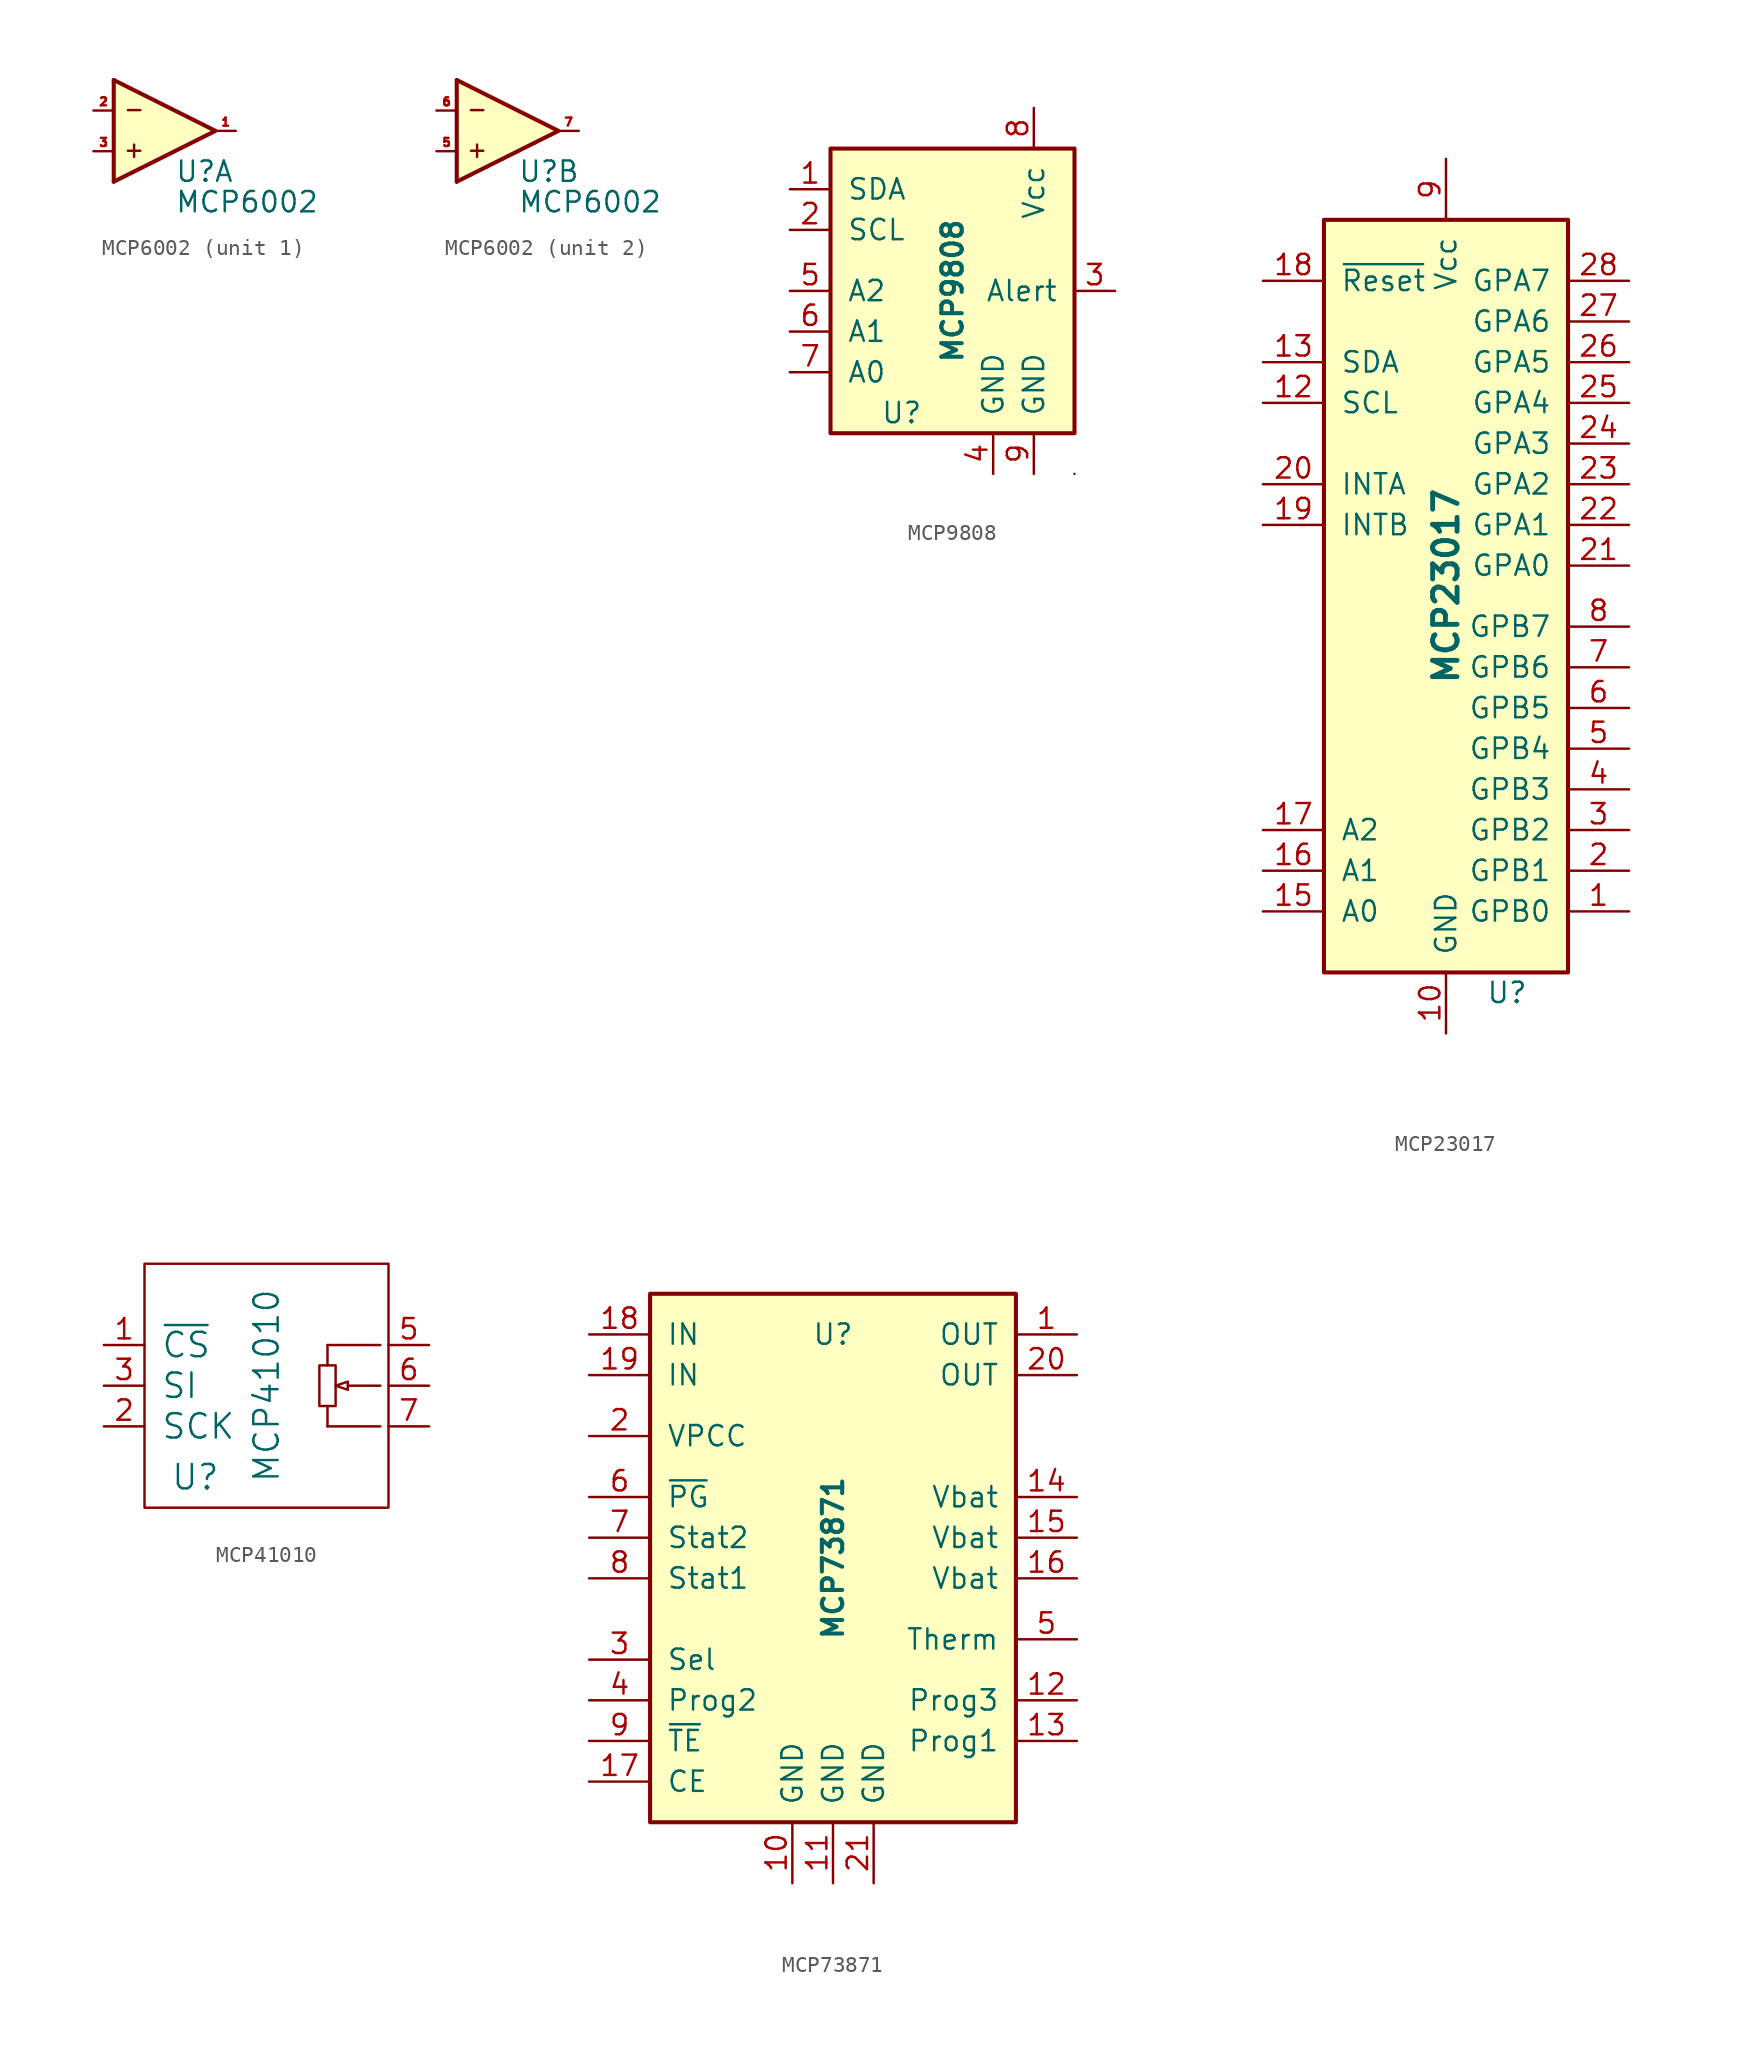
<source format=kicad_sym>
(kicad_symbol_lib
  (version 20231120)
  (generator "kicad_symbol_editor")
  (generator_version "8.0")
  (symbol "MCP6002"
    (pin_names
      (offset 1.016))
    (property "Reference" "U"
      (at 1.27 -2.54 0)
      (effects (font (size 1.27 1.27)) (justify left)))
    (property "Value" "MCP6002"
      (at 1.27 -4.445 0)
      (effects (font (size 1.27 1.27)) (justify left)))
    (property "Footprint" ""
      (at 3.81 0 0)
      (effects (font (size 1.524 1.524))))
    (property "Datasheet" ""
      (at 3.81 0 0)
      (effects (font (size 1.524 1.524))))
    (symbol "MCP6002_0_0"
      (text "+" (at -1.27 -1.168 0) (effects (font (size 1.016 1.016))))
      (text "-" (at -1.27 1.372 0) (effects (font (size 1.016 1.016))))
      (pin power_in line (at 0 -1.905 90) (length 0) hide (name "V-" (effects (font (size 0.254 0.254)))) (number "4" (effects (font (size 0.254 0.254)))))
      (pin power_in line (at 0 1.905 270) (length 0) hide (name "V+" (effects (font (size 0.254 0.254)))) (number "8" (effects (font (size 0.254 0.254))))))
    (symbol "MCP6002_0_1"
      (polyline (pts (xy -2.54 3.175) (xy -2.54 -3.175)) (stroke (width 0.254) (type default)) (fill (type none)))
      (polyline (pts (xy -2.54 3.175) (xy 3.81 0) (xy -2.54 -3.175)) (stroke (width 0.254) (type default)) (fill (type background))))
    (symbol "MCP6002_1_1"
      (pin passive line (at 5.08 0 180) (length 1.27) (name "~" (effects (font (size 1.016 1.016)))) (number "1" (effects (font (size 0.508 0.508)))))
      (pin passive line (at -3.81 1.27 0) (length 1.27) (name "~" (effects (font (size 1.905 1.905)))) (number "2" (effects (font (size 0.508 0.508)))))
      (pin passive line (at -3.81 -1.27 0) (length 1.27) (name "~" (effects (font (size 1.905 1.905)))) (number "3" (effects (font (size 0.508 0.508))))))
    (symbol "MCP6002_2_1"
      (pin passive line (at -3.81 -1.27 0) (length 1.27) (name "~" (effects (font (size 1.905 1.905)))) (number "5" (effects (font (size 0.508 0.508)))))
      (pin passive line (at -3.81 1.27 0) (length 1.27) (name "~" (effects (font (size 1.905 1.905)))) (number "6" (effects (font (size 0.508 0.508)))))
      (pin passive line (at 5.08 0 180) (length 1.27) (name "~" (effects (font (size 1.016 1.016)))) (number "7" (effects (font (size 0.508 0.508)))))))
  (symbol "MCP9808"
    (pin_names
      (offset 1.016))
    (property "Reference" "U"
      (at -3.175 -7.62 0)
      (effects (font (size 1.27 1.27))))
    (property "Value" "MCP9808"
      (at 0 0 90)
      (effects (font (size 1.27 1.27) (bold yes))))
    (symbol "MCP9808_0_1"
      (rectangle (start -7.62 8.89) (end 7.62 -8.89) (stroke (width 0.254) (type default)) (fill (type background)))
      (rectangle (start 7.62 -11.43) (end 7.62 -11.43) (stroke (width 0) (type default)) (fill (type none))))
    (symbol "MCP9808_1_1"
      (pin bidirectional line (at -10.16 6.35 0) (length 2.54) (name "SDA" (effects (font (size 1.27 1.27)))) (number "1" (effects (font (size 1.27 1.27)))))
      (pin input line (at -10.16 3.81 0) (length 2.54) (name "SCL" (effects (font (size 1.27 1.27)))) (number "2" (effects (font (size 1.27 1.27)))))
      (pin output line (at 10.16 0 180) (length 2.54) (name "Alert" (effects (font (size 1.27 1.27)))) (number "3" (effects (font (size 1.27 1.27)))))
      (pin power_in line (at 2.54 -11.43 90) (length 2.54) (name "GND" (effects (font (size 1.27 1.27)))) (number "4" (effects (font (size 1.27 1.27)))))
      (pin input line (at -10.16 0 0) (length 2.54) (name "A2" (effects (font (size 1.27 1.27)))) (number "5" (effects (font (size 1.27 1.27)))))
      (pin input line (at -10.16 -2.54 0) (length 2.54) (name "A1" (effects (font (size 1.27 1.27)))) (number "6" (effects (font (size 1.27 1.27)))))
      (pin input line (at -10.16 -5.08 0) (length 2.54) (name "A0" (effects (font (size 1.27 1.27)))) (number "7" (effects (font (size 1.27 1.27)))))
      (pin power_in line (at 5.08 11.43 270) (length 2.54) (name "Vcc" (effects (font (size 1.27 1.27)))) (number "8" (effects (font (size 1.27 1.27)))))
      (pin power_in line (at 5.08 -11.43 90) (length 2.54) (name "GND" (effects (font (size 1.27 1.27)))) (number "9" (effects (font (size 1.27 1.27)))))))
  (symbol "MCP23017"
    (pin_names
      (offset 1.016))
    (property "Reference" "U"
      (at 3.81 -25.4 0)
      (effects (font (size 1.27 1.27))))
    (property "Value" "MCP23017"
      (at 0 0 90)
      (effects (font (size 1.524 1.524) (bold yes))))
    (symbol "MCP23017_0_1"
      (rectangle (start -7.62 22.86) (end 7.62 -24.13) (stroke (width 0.254) (type default)) (fill (type background))))
    (symbol "MCP23017_1_1"
      (pin passive line (at 11.43 -20.32 180) (length 3.81) (name "GPB0" (effects (font (size 1.27 1.27)))) (number "1" (effects (font (size 1.27 1.27)))))
      (pin passive line (at 0 -27.94 90) (length 3.81) (name "GND" (effects (font (size 1.27 1.27)))) (number "10" (effects (font (size 1.27 1.27)))))
      (pin passive line (at -11.43 11.43 0) (length 3.81) (name "SCL" (effects (font (size 1.27 1.27)))) (number "12" (effects (font (size 1.27 1.27)))))
      (pin passive line (at -11.43 13.97 0) (length 3.81) (name "SDA" (effects (font (size 1.27 1.27)))) (number "13" (effects (font (size 1.27 1.27)))))
      (pin passive line (at -11.43 -20.32 0) (length 3.81) (name "A0" (effects (font (size 1.27 1.27)))) (number "15" (effects (font (size 1.27 1.27)))))
      (pin passive line (at -11.43 -17.78 0) (length 3.81) (name "A1" (effects (font (size 1.27 1.27)))) (number "16" (effects (font (size 1.27 1.27)))))
      (pin passive line (at -11.43 -15.24 0) (length 3.81) (name "A2" (effects (font (size 1.27 1.27)))) (number "17" (effects (font (size 1.27 1.27)))))
      (pin passive line (at -11.43 19.05 0) (length 3.81) (name "~{Reset}" (effects (font (size 1.27 1.27)))) (number "18" (effects (font (size 1.27 1.27)))))
      (pin passive line (at -11.43 3.81 0) (length 3.81) (name "INTB" (effects (font (size 1.27 1.27)))) (number "19" (effects (font (size 1.27 1.27)))))
      (pin passive line (at 11.43 -17.78 180) (length 3.81) (name "GPB1" (effects (font (size 1.27 1.27)))) (number "2" (effects (font (size 1.27 1.27)))))
      (pin passive line (at -11.43 6.35 0) (length 3.81) (name "INTA" (effects (font (size 1.27 1.27)))) (number "20" (effects (font (size 1.27 1.27)))))
      (pin passive line (at 11.43 1.27 180) (length 3.81) (name "GPA0" (effects (font (size 1.27 1.27)))) (number "21" (effects (font (size 1.27 1.27)))))
      (pin passive line (at 11.43 3.81 180) (length 3.81) (name "GPA1" (effects (font (size 1.27 1.27)))) (number "22" (effects (font (size 1.27 1.27)))))
      (pin passive line (at 11.43 6.35 180) (length 3.81) (name "GPA2" (effects (font (size 1.27 1.27)))) (number "23" (effects (font (size 1.27 1.27)))))
      (pin passive line (at 11.43 8.89 180) (length 3.81) (name "GPA3" (effects (font (size 1.27 1.27)))) (number "24" (effects (font (size 1.27 1.27)))))
      (pin passive line (at 11.43 11.43 180) (length 3.81) (name "GPA4" (effects (font (size 1.27 1.27)))) (number "25" (effects (font (size 1.27 1.27)))))
      (pin passive line (at 11.43 13.97 180) (length 3.81) (name "GPA5" (effects (font (size 1.27 1.27)))) (number "26" (effects (font (size 1.27 1.27)))))
      (pin passive line (at 11.43 16.51 180) (length 3.81) (name "GPA6" (effects (font (size 1.27 1.27)))) (number "27" (effects (font (size 1.27 1.27)))))
      (pin passive line (at 11.43 19.05 180) (length 3.81) (name "GPA7" (effects (font (size 1.27 1.27)))) (number "28" (effects (font (size 1.27 1.27)))))
      (pin passive line (at 11.43 -15.24 180) (length 3.81) (name "GPB2" (effects (font (size 1.27 1.27)))) (number "3" (effects (font (size 1.27 1.27)))))
      (pin passive line (at 11.43 -12.7 180) (length 3.81) (name "GPB3" (effects (font (size 1.27 1.27)))) (number "4" (effects (font (size 1.27 1.27)))))
      (pin passive line (at 11.43 -10.16 180) (length 3.81) (name "GPB4" (effects (font (size 1.27 1.27)))) (number "5" (effects (font (size 1.27 1.27)))))
      (pin passive line (at 11.43 -7.62 180) (length 3.81) (name "GPB5" (effects (font (size 1.27 1.27)))) (number "6" (effects (font (size 1.27 1.27)))))
      (pin passive line (at 11.43 -5.08 180) (length 3.81) (name "GPB6" (effects (font (size 1.27 1.27)))) (number "7" (effects (font (size 1.27 1.27)))))
      (pin passive line (at 11.43 -2.54 180) (length 3.81) (name "GPB7" (effects (font (size 1.27 1.27)))) (number "8" (effects (font (size 1.27 1.27)))))
      (pin passive line (at 0 26.67 270) (length 3.81) (name "Vcc" (effects (font (size 1.27 1.27)))) (number "9" (effects (font (size 1.27 1.27)))))))
  (symbol "MCP41010"
    (pin_names
      (offset 1.016))
    (property "Reference" "U"
      (at -4.445 -5.715 0)
      (effects (font (size 1.524 1.524))))
    (property "Value" "MCP41010"
      (at 0 0 90)
      (effects (font (size 1.524 1.524))))
    (property "Footprint" ""
      (at 0 0 0)
      (effects (font (size 1.524 1.524))))
    (property "Datasheet" ""
      (at 0 0 0)
      (effects (font (size 1.524 1.524))))
    (symbol "MCP41010_0_1"
      (polyline (pts (xy 3.81 -1.27) (xy 3.81 -2.54)) (stroke (width 0) (type default)) (fill (type none)))
      (polyline (pts (xy 3.81 1.27) (xy 3.81 2.54)) (stroke (width 0) (type default)) (fill (type none)))
      (polyline (pts (xy 7.112 -2.54) (xy 3.81 -2.54)) (stroke (width 0) (type default)) (fill (type none)))
      (polyline (pts (xy 7.112 0) (xy 5.08 0)) (stroke (width 0) (type default)) (fill (type none)))
      (polyline (pts (xy 7.112 2.54) (xy 3.81 2.54)) (stroke (width 0) (type default)) (fill (type none)))
      (polyline (pts (xy 4.318 0) (xy 5.08 0.254) (xy 5.08 -0.254) (xy 4.318 0)) (stroke (width 0) (type default)) (fill (type none)))
      (polyline (pts (xy 3.302 1.27) (xy 4.318 1.27) (xy 4.318 -1.27) (xy 3.302 -1.27) (xy 3.302 1.27)) (stroke (width 0) (type default)) (fill (type none)))
      (rectangle (start 7.62 -7.62) (end -7.62 7.62) (stroke (width 0) (type default)) (fill (type none))))
    (symbol "MCP41010_1_1"
      (pin passive line (at -10.16 2.54 0) (length 2.54) (name "~{CS}" (effects (font (size 1.524 1.524)))) (number "1" (effects (font (size 1.27 1.27)))))
      (pin passive line (at -10.16 -2.54 0) (length 2.54) (name "SCK" (effects (font (size 1.524 1.524)))) (number "2" (effects (font (size 1.27 1.27)))))
      (pin passive line (at -10.16 0 0) (length 2.54) (name "SI" (effects (font (size 1.524 1.524)))) (number "3" (effects (font (size 1.27 1.27)))))
      (pin power_in line (at 0 -7.62 90) (length 0) hide (name "GND" (effects (font (size 1.016 1.016)))) (number "4" (effects (font (size 1.27 1.27)))))
      (pin passive line (at 10.16 2.54 180) (length 2.54) (name "~" (effects (font (size 1.524 1.524)))) (number "5" (effects (font (size 1.27 1.27)))))
      (pin passive line (at 10.16 0 180) (length 2.54) (name "~" (effects (font (size 1.524 1.524)))) (number "6" (effects (font (size 1.27 1.27)))))
      (pin passive line (at 10.16 -2.54 180) (length 2.54) (name "~" (effects (font (size 1.524 1.524)))) (number "7" (effects (font (size 1.27 1.27)))))
      (pin power_in line (at 0 7.62 270) (length 0) hide (name "Vcc" (effects (font (size 1.016 1.016)))) (number "8" (effects (font (size 1.27 1.27)))))))
  (symbol "MCP73871"
    (pin_names
      (offset 1.016))
    (property "Reference" "U"
      (at 0 13.97 0)
      (effects (font (size 1.27 1.27))))
    (property "Value" "MCP73871"
      (at 0 0 90)
      (effects (font (size 1.27 1.27) (bold yes))))
    (symbol "MCP73871_0_1"
      (rectangle (start -11.43 -16.51) (end 11.43 16.51) (stroke (width 0.254) (type default)) (fill (type background))))
    (symbol "MCP73871_1_1"
      (pin passive line (at 15.24 13.97 180) (length 3.81) (name "OUT" (effects (font (size 1.27 1.27)))) (number "1" (effects (font (size 1.27 1.27)))))
      (pin passive line (at -2.54 -20.32 90) (length 3.81) (name "GND" (effects (font (size 1.27 1.27)))) (number "10" (effects (font (size 1.27 1.27)))))
      (pin passive line (at 0 -20.32 90) (length 3.81) (name "GND" (effects (font (size 1.27 1.27)))) (number "11" (effects (font (size 1.27 1.27)))))
      (pin passive line (at 15.24 -8.89 180) (length 3.81) (name "Prog3" (effects (font (size 1.27 1.27)))) (number "12" (effects (font (size 1.27 1.27)))))
      (pin passive line (at 15.24 -11.43 180) (length 3.81) (name "Prog1" (effects (font (size 1.27 1.27)))) (number "13" (effects (font (size 1.27 1.27)))))
      (pin passive line (at 15.24 3.81 180) (length 3.81) (name "Vbat" (effects (font (size 1.27 1.27)))) (number "14" (effects (font (size 1.27 1.27)))))
      (pin passive line (at 15.24 1.27 180) (length 3.81) (name "Vbat" (effects (font (size 1.27 1.27)))) (number "15" (effects (font (size 1.27 1.27)))))
      (pin passive line (at 15.24 -1.27 180) (length 3.81) (name "Vbat" (effects (font (size 1.27 1.27)))) (number "16" (effects (font (size 1.27 1.27)))))
      (pin passive line (at -15.24 -13.97 0) (length 3.81) (name "CE" (effects (font (size 1.27 1.27)))) (number "17" (effects (font (size 1.27 1.27)))))
      (pin passive line (at -15.24 13.97 0) (length 3.81) (name "IN" (effects (font (size 1.27 1.27)))) (number "18" (effects (font (size 1.27 1.27)))))
      (pin passive line (at -15.24 11.43 0) (length 3.81) (name "IN" (effects (font (size 1.27 1.27)))) (number "19" (effects (font (size 1.27 1.27)))))
      (pin passive line (at -15.24 7.62 0) (length 3.81) (name "VPCC" (effects (font (size 1.27 1.27)))) (number "2" (effects (font (size 1.27 1.27)))))
      (pin passive line (at 15.24 11.43 180) (length 3.81) (name "OUT" (effects (font (size 1.27 1.27)))) (number "20" (effects (font (size 1.27 1.27)))))
      (pin passive line (at 2.54 -20.32 90) (length 3.81) (name "GND" (effects (font (size 1.27 1.27)))) (number "21" (effects (font (size 1.27 1.27)))))
      (pin passive line (at -15.24 -6.35 0) (length 3.81) (name "Sel" (effects (font (size 1.27 1.27)))) (number "3" (effects (font (size 1.27 1.27)))))
      (pin passive line (at -15.24 -8.89 0) (length 3.81) (name "Prog2" (effects (font (size 1.27 1.27)))) (number "4" (effects (font (size 1.27 1.27)))))
      (pin passive line (at 15.24 -5.08 180) (length 3.81) (name "Therm" (effects (font (size 1.27 1.27)))) (number "5" (effects (font (size 1.27 1.27)))))
      (pin passive line (at -15.24 3.81 0) (length 3.81) (name "~{PG}" (effects (font (size 1.27 1.27)))) (number "6" (effects (font (size 1.27 1.27)))))
      (pin passive line (at -15.24 1.27 0) (length 3.81) (name "Stat2" (effects (font (size 1.27 1.27)))) (number "7" (effects (font (size 1.27 1.27)))))
      (pin passive line (at -15.24 -1.27 0) (length 3.81) (name "Stat1" (effects (font (size 1.27 1.27)))) (number "8" (effects (font (size 1.27 1.27)))))
      (pin passive line (at -15.24 -11.43 0) (length 3.81) (name "~{TE}" (effects (font (size 1.27 1.27)))) (number "9" (effects (font (size 1.27 1.27))))))))
</source>
